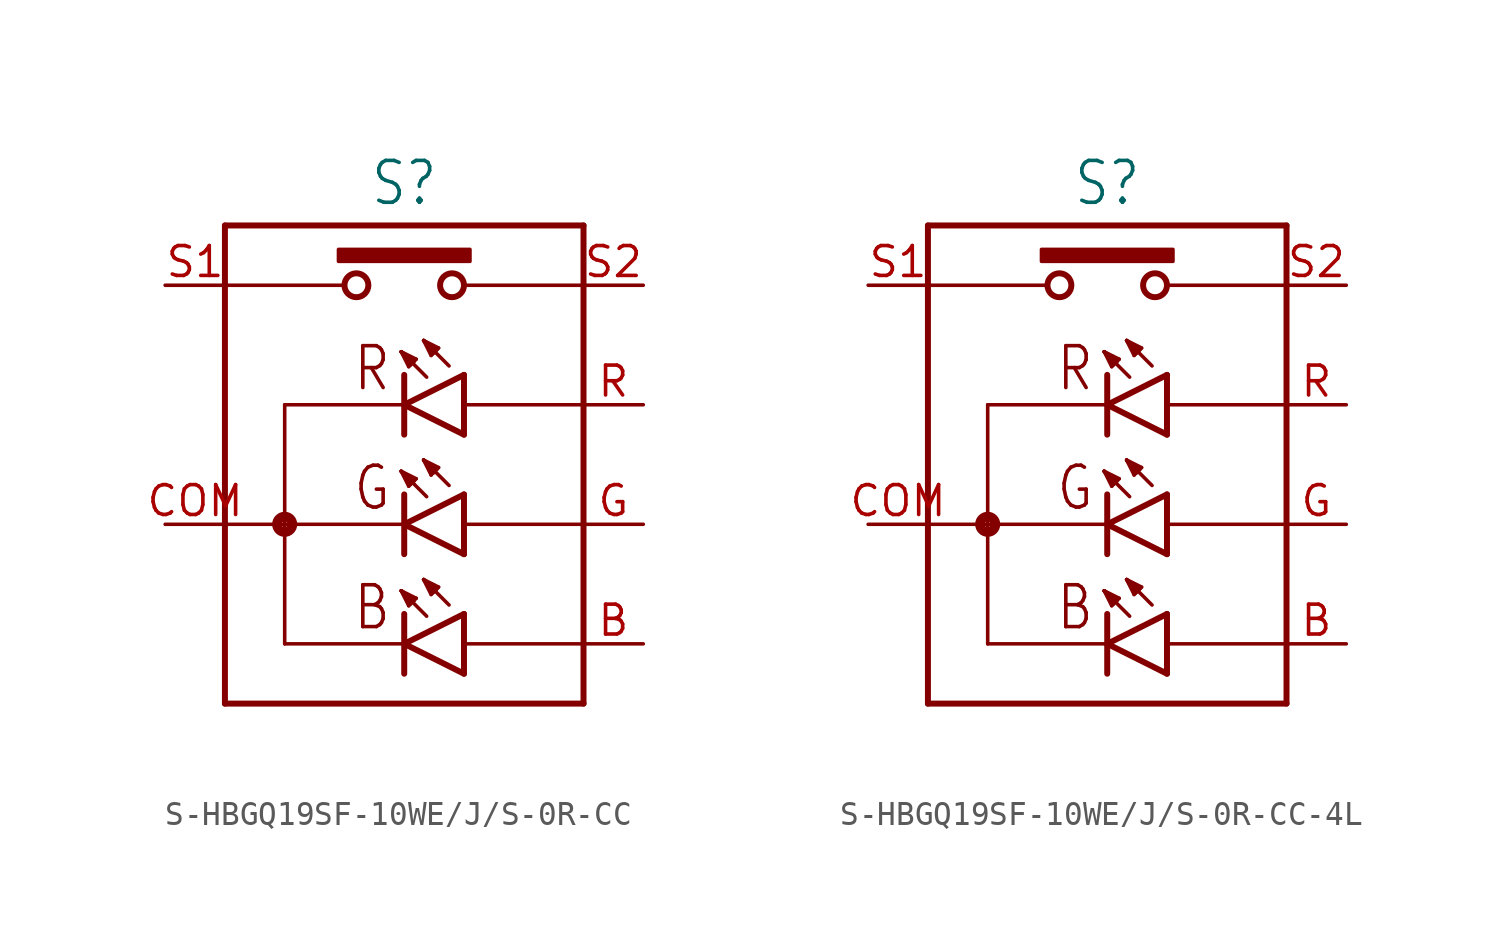
<source format=kicad_sym>
(kicad_symbol_lib
  (version 20231120)
  (generator "kicad_symbol_editor")
  (generator_version "8.0")
  (symbol "S-HBGQ19SF-10WE/J/S-0R-CC"
    (property "Reference" "S"
      (at 0 10.922 0)
      (effects (font (size 1.778 1.511)) (justify bottom)))
    (property "Value" ""
      (at 0 -10.922 0)
      (effects (font (size 1.778 1.511)) (justify top)))
    (property "ki_locked" ""
      (at 0 0 0)
      (effects (font (size 1.27 1.27))))
    (symbol "S-HBGQ19SF-10WE/J/S-0R-CC_1_0"
      (circle (center -5.08 -2.54) (radius 0.127) (stroke (width 0.406) (type solid)) (fill (type none)))
      (rectangle (start -2.794 8.636) (end 2.794 9.144) (stroke (width 0) (type default)) (fill (type outline)))
      (circle (center -2.032 7.62) (radius 0.508) (stroke (width 0.254) (type solid)) (fill (type none)))
      (polyline (pts (xy -7.62 -10.16) (xy -7.62 7.62)) (stroke (width 0.254) (type solid)) (fill (type none)))
      (polyline (pts (xy -7.62 -2.54) (xy -5.08 -2.54)) (stroke (width 0.152) (type solid)) (fill (type none)))
      (polyline (pts (xy -7.62 7.62) (xy -7.62 10.16)) (stroke (width 0.254) (type solid)) (fill (type none)))
      (polyline (pts (xy -7.62 7.62) (xy -2.54 7.62)) (stroke (width 0.152) (type solid)) (fill (type none)))
      (polyline (pts (xy -7.62 10.16) (xy 7.62 10.16)) (stroke (width 0.254) (type solid)) (fill (type none)))
      (polyline (pts (xy -5.08 -7.62) (xy 0 -7.62)) (stroke (width 0.152) (type solid)) (fill (type none)))
      (polyline (pts (xy -5.08 -2.54) (xy -5.08 -7.62)) (stroke (width 0.152) (type solid)) (fill (type none)))
      (polyline (pts (xy -5.08 -2.54) (xy 0 -2.54)) (stroke (width 0.152) (type solid)) (fill (type none)))
      (polyline (pts (xy -5.08 2.54) (xy -5.08 -2.54)) (stroke (width 0.152) (type solid)) (fill (type none)))
      (polyline (pts (xy -5.08 2.54) (xy 0 2.54)) (stroke (width 0.152) (type solid)) (fill (type none)))
      (polyline (pts (xy -0.127 -5.366) (xy 0.27 -5.921)) (stroke (width 0.152) (type solid)) (fill (type none)))
      (polyline (pts (xy -0.127 -5.366) (xy 0.429 -5.763)) (stroke (width 0.152) (type solid)) (fill (type none)))
      (polyline (pts (xy -0.127 -5.366) (xy 0.508 -5.683)) (stroke (width 0.152) (type solid)) (fill (type none)))
      (polyline (pts (xy -0.127 -0.286) (xy 0.27 -0.841)) (stroke (width 0.152) (type solid)) (fill (type none)))
      (polyline (pts (xy -0.127 -0.286) (xy 0.429 -0.683)) (stroke (width 0.152) (type solid)) (fill (type none)))
      (polyline (pts (xy -0.127 -0.286) (xy 0.508 -0.603)) (stroke (width 0.152) (type solid)) (fill (type none)))
      (polyline (pts (xy -0.127 4.794) (xy 0.27 4.239)) (stroke (width 0.152) (type solid)) (fill (type none)))
      (polyline (pts (xy -0.127 4.794) (xy 0.429 4.397)) (stroke (width 0.152) (type solid)) (fill (type none)))
      (polyline (pts (xy -0.127 4.794) (xy 0.508 4.477)) (stroke (width 0.152) (type solid)) (fill (type none)))
      (polyline (pts (xy 0 -7.62) (xy 0 -8.89)) (stroke (width 0.254) (type solid)) (fill (type none)))
      (polyline (pts (xy 0 -7.62) (xy 2.54 -6.35)) (stroke (width 0.254) (type solid)) (fill (type none)))
      (polyline (pts (xy 0 -6.35) (xy 0 -7.62)) (stroke (width 0.254) (type solid)) (fill (type none)))
      (polyline (pts (xy 0 -2.54) (xy 0 -3.81)) (stroke (width 0.254) (type solid)) (fill (type none)))
      (polyline (pts (xy 0 -2.54) (xy 2.54 -1.27)) (stroke (width 0.254) (type solid)) (fill (type none)))
      (polyline (pts (xy 0 -1.27) (xy 0 -2.54)) (stroke (width 0.254) (type solid)) (fill (type none)))
      (polyline (pts (xy 0 2.54) (xy 0 1.27)) (stroke (width 0.254) (type solid)) (fill (type none)))
      (polyline (pts (xy 0 2.54) (xy 2.54 3.81)) (stroke (width 0.254) (type solid)) (fill (type none)))
      (polyline (pts (xy 0 3.81) (xy 0 2.54)) (stroke (width 0.254) (type solid)) (fill (type none)))
      (polyline (pts (xy 0.191 -6.001) (xy -0.127 -5.366)) (stroke (width 0.152) (type solid)) (fill (type none)))
      (polyline (pts (xy 0.191 -0.921) (xy -0.127 -0.286)) (stroke (width 0.152) (type solid)) (fill (type none)))
      (polyline (pts (xy 0.191 4.159) (xy -0.127 4.794)) (stroke (width 0.152) (type solid)) (fill (type none)))
      (polyline (pts (xy 0.27 -5.921) (xy 0.191 -6.001)) (stroke (width 0.152) (type solid)) (fill (type none)))
      (polyline (pts (xy 0.27 -0.841) (xy 0.191 -0.921)) (stroke (width 0.152) (type solid)) (fill (type none)))
      (polyline (pts (xy 0.27 4.239) (xy 0.191 4.159)) (stroke (width 0.152) (type solid)) (fill (type none)))
      (polyline (pts (xy 0.429 -5.763) (xy 0.27 -5.921)) (stroke (width 0.152) (type solid)) (fill (type none)))
      (polyline (pts (xy 0.429 -0.683) (xy 0.27 -0.841)) (stroke (width 0.152) (type solid)) (fill (type none)))
      (polyline (pts (xy 0.429 4.397) (xy 0.27 4.239)) (stroke (width 0.152) (type solid)) (fill (type none)))
      (polyline (pts (xy 0.508 -5.683) (xy 0.429 -5.763)) (stroke (width 0.152) (type solid)) (fill (type none)))
      (polyline (pts (xy 0.508 -0.603) (xy 0.429 -0.683)) (stroke (width 0.152) (type solid)) (fill (type none)))
      (polyline (pts (xy 0.508 4.477) (xy 0.429 4.397)) (stroke (width 0.152) (type solid)) (fill (type none)))
      (polyline (pts (xy 0.826 -4.889) (xy 1.222 -5.445)) (stroke (width 0.152) (type solid)) (fill (type none)))
      (polyline (pts (xy 0.826 -4.889) (xy 1.381 -5.286)) (stroke (width 0.152) (type solid)) (fill (type none)))
      (polyline (pts (xy 0.826 -4.889) (xy 1.46 -5.207)) (stroke (width 0.152) (type solid)) (fill (type none)))
      (polyline (pts (xy 0.826 0.191) (xy 1.222 -0.365)) (stroke (width 0.152) (type solid)) (fill (type none)))
      (polyline (pts (xy 0.826 0.191) (xy 1.381 -0.206)) (stroke (width 0.152) (type solid)) (fill (type none)))
      (polyline (pts (xy 0.826 0.191) (xy 1.46 -0.127)) (stroke (width 0.152) (type solid)) (fill (type none)))
      (polyline (pts (xy 0.826 5.271) (xy 1.222 4.715)) (stroke (width 0.152) (type solid)) (fill (type none)))
      (polyline (pts (xy 0.826 5.271) (xy 1.381 4.874)) (stroke (width 0.152) (type solid)) (fill (type none)))
      (polyline (pts (xy 0.826 5.271) (xy 1.46 4.953)) (stroke (width 0.152) (type solid)) (fill (type none)))
      (polyline (pts (xy 0.953 -6.445) (xy -0.127 -5.366)) (stroke (width 0.152) (type solid)) (fill (type none)))
      (polyline (pts (xy 0.953 -1.365) (xy -0.127 -0.286)) (stroke (width 0.152) (type solid)) (fill (type none)))
      (polyline (pts (xy 0.953 3.715) (xy -0.127 4.794)) (stroke (width 0.152) (type solid)) (fill (type none)))
      (polyline (pts (xy 1.143 -5.524) (xy 0.826 -4.889)) (stroke (width 0.152) (type solid)) (fill (type none)))
      (polyline (pts (xy 1.143 -0.445) (xy 0.826 0.191)) (stroke (width 0.152) (type solid)) (fill (type none)))
      (polyline (pts (xy 1.143 4.636) (xy 0.826 5.271)) (stroke (width 0.152) (type solid)) (fill (type none)))
      (polyline (pts (xy 1.222 -5.445) (xy 1.143 -5.524)) (stroke (width 0.152) (type solid)) (fill (type none)))
      (polyline (pts (xy 1.222 -0.365) (xy 1.143 -0.445)) (stroke (width 0.152) (type solid)) (fill (type none)))
      (polyline (pts (xy 1.222 4.715) (xy 1.143 4.636)) (stroke (width 0.152) (type solid)) (fill (type none)))
      (polyline (pts (xy 1.381 -5.286) (xy 1.222 -5.445)) (stroke (width 0.152) (type solid)) (fill (type none)))
      (polyline (pts (xy 1.381 -0.206) (xy 1.222 -0.365)) (stroke (width 0.152) (type solid)) (fill (type none)))
      (polyline (pts (xy 1.381 4.874) (xy 1.222 4.715)) (stroke (width 0.152) (type solid)) (fill (type none)))
      (polyline (pts (xy 1.46 -5.207) (xy 1.381 -5.286)) (stroke (width 0.152) (type solid)) (fill (type none)))
      (polyline (pts (xy 1.46 -0.127) (xy 1.381 -0.206)) (stroke (width 0.152) (type solid)) (fill (type none)))
      (polyline (pts (xy 1.46 4.953) (xy 1.381 4.874)) (stroke (width 0.152) (type solid)) (fill (type none)))
      (polyline (pts (xy 1.905 -5.969) (xy 0.826 -4.889)) (stroke (width 0.152) (type solid)) (fill (type none)))
      (polyline (pts (xy 1.905 -0.889) (xy 0.826 0.191)) (stroke (width 0.152) (type solid)) (fill (type none)))
      (polyline (pts (xy 1.905 4.191) (xy 0.826 5.271)) (stroke (width 0.152) (type solid)) (fill (type none)))
      (polyline (pts (xy 2.54 -8.89) (xy 0 -7.62)) (stroke (width 0.254) (type solid)) (fill (type none)))
      (polyline (pts (xy 2.54 -7.62) (xy 2.54 -8.89)) (stroke (width 0.254) (type solid)) (fill (type none)))
      (polyline (pts (xy 2.54 -6.35) (xy 2.54 -7.62)) (stroke (width 0.254) (type solid)) (fill (type none)))
      (polyline (pts (xy 2.54 -3.81) (xy 0 -2.54)) (stroke (width 0.254) (type solid)) (fill (type none)))
      (polyline (pts (xy 2.54 -2.54) (xy 2.54 -3.81)) (stroke (width 0.254) (type solid)) (fill (type none)))
      (polyline (pts (xy 2.54 -1.27) (xy 2.54 -2.54)) (stroke (width 0.254) (type solid)) (fill (type none)))
      (polyline (pts (xy 2.54 1.27) (xy 0 2.54)) (stroke (width 0.254) (type solid)) (fill (type none)))
      (polyline (pts (xy 2.54 2.54) (xy 2.54 1.27)) (stroke (width 0.254) (type solid)) (fill (type none)))
      (polyline (pts (xy 2.54 3.81) (xy 2.54 2.54)) (stroke (width 0.254) (type solid)) (fill (type none)))
      (polyline (pts (xy 2.54 7.62) (xy 7.62 7.62)) (stroke (width 0.152) (type solid)) (fill (type none)))
      (polyline (pts (xy 7.62 -10.16) (xy -7.62 -10.16)) (stroke (width 0.254) (type solid)) (fill (type none)))
      (polyline (pts (xy 7.62 -7.62) (xy 2.54 -7.62)) (stroke (width 0.152) (type solid)) (fill (type none)))
      (polyline (pts (xy 7.62 -2.54) (xy 2.54 -2.54)) (stroke (width 0.152) (type solid)) (fill (type none)))
      (polyline (pts (xy 7.62 2.54) (xy 2.54 2.54)) (stroke (width 0.152) (type solid)) (fill (type none)))
      (polyline (pts (xy 7.62 2.54) (xy 7.62 -10.16)) (stroke (width 0.254) (type solid)) (fill (type none)))
      (polyline (pts (xy 7.62 10.16) (xy 7.62 2.54)) (stroke (width 0.254) (type solid)) (fill (type none)))
      (circle (center 2.032 7.62) (radius 0.508) (stroke (width 0.254) (type solid)) (fill (type none)))
      (text "B" (at -0.508 -7.112 0) (effects (font (size 1.778 1.511)) (justify right bottom)))
      (text "G" (at -0.508 -2.032 0) (effects (font (size 1.778 1.511)) (justify right bottom)))
      (text "R" (at -0.508 3.048 0) (effects (font (size 1.778 1.511)) (justify right bottom)))
      (pin passive line (at 10.16 -7.62 180) (length 2.54) (name "A-B" (effects (font (size 0 0)))) (number "B" (effects (font (size 1.27 1.27)))))
      (pin passive line (at -10.16 -2.54 0) (length 2.54) (name "C" (effects (font (size 0 0)))) (number "COM" (effects (font (size 1.27 1.27)))))
      (pin passive line (at 10.16 -2.54 180) (length 2.54) (name "A-G" (effects (font (size 0 0)))) (number "G" (effects (font (size 1.27 1.27)))))
      (pin passive line (at 10.16 2.54 180) (length 2.54) (name "A-R" (effects (font (size 0 0)))) (number "R" (effects (font (size 1.27 1.27)))))
      (pin passive line (at -10.16 7.62 0) (length 2.54) (name "S1" (effects (font (size 0 0)))) (number "S1" (effects (font (size 1.27 1.27)))))
      (pin passive line (at 10.16 7.62 180) (length 2.54) (name "S2" (effects (font (size 0 0)))) (number "S2" (effects (font (size 1.27 1.27)))))))
  (symbol "S-HBGQ19SF-10WE/J/S-0R-CC-4L"
    (property "Reference" "S"
      (at 0 10.922 0)
      (effects (font (size 1.778 1.511)) (justify bottom)))
    (property "Value" ""
      (at 0 -10.922 0)
      (effects (font (size 1.778 1.511)) (justify top)))
    (property "ki_locked" ""
      (at 0 0 0)
      (effects (font (size 1.27 1.27))))
    (symbol "S-HBGQ19SF-10WE/J/S-0R-CC-4L_1_0"
      (circle (center -5.08 -2.54) (radius 0.127) (stroke (width 0.406) (type solid)) (fill (type none)))
      (rectangle (start -2.794 8.636) (end 2.794 9.144) (stroke (width 0) (type default)) (fill (type outline)))
      (circle (center -2.032 7.62) (radius 0.508) (stroke (width 0.254) (type solid)) (fill (type none)))
      (polyline (pts (xy -7.62 -10.16) (xy -7.62 7.62)) (stroke (width 0.254) (type solid)) (fill (type none)))
      (polyline (pts (xy -7.62 -2.54) (xy -5.08 -2.54)) (stroke (width 0.152) (type solid)) (fill (type none)))
      (polyline (pts (xy -7.62 7.62) (xy -7.62 10.16)) (stroke (width 0.254) (type solid)) (fill (type none)))
      (polyline (pts (xy -7.62 7.62) (xy -2.54 7.62)) (stroke (width 0.152) (type solid)) (fill (type none)))
      (polyline (pts (xy -7.62 10.16) (xy 7.62 10.16)) (stroke (width 0.254) (type solid)) (fill (type none)))
      (polyline (pts (xy -5.08 -7.62) (xy 0 -7.62)) (stroke (width 0.152) (type solid)) (fill (type none)))
      (polyline (pts (xy -5.08 -2.54) (xy -5.08 -7.62)) (stroke (width 0.152) (type solid)) (fill (type none)))
      (polyline (pts (xy -5.08 -2.54) (xy 0 -2.54)) (stroke (width 0.152) (type solid)) (fill (type none)))
      (polyline (pts (xy -5.08 2.54) (xy -5.08 -2.54)) (stroke (width 0.152) (type solid)) (fill (type none)))
      (polyline (pts (xy -5.08 2.54) (xy 0 2.54)) (stroke (width 0.152) (type solid)) (fill (type none)))
      (polyline (pts (xy -0.127 -5.366) (xy 0.27 -5.921)) (stroke (width 0.152) (type solid)) (fill (type none)))
      (polyline (pts (xy -0.127 -5.366) (xy 0.429 -5.763)) (stroke (width 0.152) (type solid)) (fill (type none)))
      (polyline (pts (xy -0.127 -5.366) (xy 0.508 -5.683)) (stroke (width 0.152) (type solid)) (fill (type none)))
      (polyline (pts (xy -0.127 -0.286) (xy 0.27 -0.841)) (stroke (width 0.152) (type solid)) (fill (type none)))
      (polyline (pts (xy -0.127 -0.286) (xy 0.429 -0.683)) (stroke (width 0.152) (type solid)) (fill (type none)))
      (polyline (pts (xy -0.127 -0.286) (xy 0.508 -0.603)) (stroke (width 0.152) (type solid)) (fill (type none)))
      (polyline (pts (xy -0.127 4.794) (xy 0.27 4.239)) (stroke (width 0.152) (type solid)) (fill (type none)))
      (polyline (pts (xy -0.127 4.794) (xy 0.429 4.397)) (stroke (width 0.152) (type solid)) (fill (type none)))
      (polyline (pts (xy -0.127 4.794) (xy 0.508 4.477)) (stroke (width 0.152) (type solid)) (fill (type none)))
      (polyline (pts (xy 0 -7.62) (xy 0 -8.89)) (stroke (width 0.254) (type solid)) (fill (type none)))
      (polyline (pts (xy 0 -7.62) (xy 2.54 -6.35)) (stroke (width 0.254) (type solid)) (fill (type none)))
      (polyline (pts (xy 0 -6.35) (xy 0 -7.62)) (stroke (width 0.254) (type solid)) (fill (type none)))
      (polyline (pts (xy 0 -2.54) (xy 0 -3.81)) (stroke (width 0.254) (type solid)) (fill (type none)))
      (polyline (pts (xy 0 -2.54) (xy 2.54 -1.27)) (stroke (width 0.254) (type solid)) (fill (type none)))
      (polyline (pts (xy 0 -1.27) (xy 0 -2.54)) (stroke (width 0.254) (type solid)) (fill (type none)))
      (polyline (pts (xy 0 2.54) (xy 0 1.27)) (stroke (width 0.254) (type solid)) (fill (type none)))
      (polyline (pts (xy 0 2.54) (xy 2.54 3.81)) (stroke (width 0.254) (type solid)) (fill (type none)))
      (polyline (pts (xy 0 3.81) (xy 0 2.54)) (stroke (width 0.254) (type solid)) (fill (type none)))
      (polyline (pts (xy 0.191 -6.001) (xy -0.127 -5.366)) (stroke (width 0.152) (type solid)) (fill (type none)))
      (polyline (pts (xy 0.191 -0.921) (xy -0.127 -0.286)) (stroke (width 0.152) (type solid)) (fill (type none)))
      (polyline (pts (xy 0.191 4.159) (xy -0.127 4.794)) (stroke (width 0.152) (type solid)) (fill (type none)))
      (polyline (pts (xy 0.27 -5.921) (xy 0.191 -6.001)) (stroke (width 0.152) (type solid)) (fill (type none)))
      (polyline (pts (xy 0.27 -0.841) (xy 0.191 -0.921)) (stroke (width 0.152) (type solid)) (fill (type none)))
      (polyline (pts (xy 0.27 4.239) (xy 0.191 4.159)) (stroke (width 0.152) (type solid)) (fill (type none)))
      (polyline (pts (xy 0.429 -5.763) (xy 0.27 -5.921)) (stroke (width 0.152) (type solid)) (fill (type none)))
      (polyline (pts (xy 0.429 -0.683) (xy 0.27 -0.841)) (stroke (width 0.152) (type solid)) (fill (type none)))
      (polyline (pts (xy 0.429 4.397) (xy 0.27 4.239)) (stroke (width 0.152) (type solid)) (fill (type none)))
      (polyline (pts (xy 0.508 -5.683) (xy 0.429 -5.763)) (stroke (width 0.152) (type solid)) (fill (type none)))
      (polyline (pts (xy 0.508 -0.603) (xy 0.429 -0.683)) (stroke (width 0.152) (type solid)) (fill (type none)))
      (polyline (pts (xy 0.508 4.477) (xy 0.429 4.397)) (stroke (width 0.152) (type solid)) (fill (type none)))
      (polyline (pts (xy 0.826 -4.889) (xy 1.222 -5.445)) (stroke (width 0.152) (type solid)) (fill (type none)))
      (polyline (pts (xy 0.826 -4.889) (xy 1.381 -5.286)) (stroke (width 0.152) (type solid)) (fill (type none)))
      (polyline (pts (xy 0.826 -4.889) (xy 1.46 -5.207)) (stroke (width 0.152) (type solid)) (fill (type none)))
      (polyline (pts (xy 0.826 0.191) (xy 1.222 -0.365)) (stroke (width 0.152) (type solid)) (fill (type none)))
      (polyline (pts (xy 0.826 0.191) (xy 1.381 -0.206)) (stroke (width 0.152) (type solid)) (fill (type none)))
      (polyline (pts (xy 0.826 0.191) (xy 1.46 -0.127)) (stroke (width 0.152) (type solid)) (fill (type none)))
      (polyline (pts (xy 0.826 5.271) (xy 1.222 4.715)) (stroke (width 0.152) (type solid)) (fill (type none)))
      (polyline (pts (xy 0.826 5.271) (xy 1.381 4.874)) (stroke (width 0.152) (type solid)) (fill (type none)))
      (polyline (pts (xy 0.826 5.271) (xy 1.46 4.953)) (stroke (width 0.152) (type solid)) (fill (type none)))
      (polyline (pts (xy 0.953 -6.445) (xy -0.127 -5.366)) (stroke (width 0.152) (type solid)) (fill (type none)))
      (polyline (pts (xy 0.953 -1.365) (xy -0.127 -0.286)) (stroke (width 0.152) (type solid)) (fill (type none)))
      (polyline (pts (xy 0.953 3.715) (xy -0.127 4.794)) (stroke (width 0.152) (type solid)) (fill (type none)))
      (polyline (pts (xy 1.143 -5.524) (xy 0.826 -4.889)) (stroke (width 0.152) (type solid)) (fill (type none)))
      (polyline (pts (xy 1.143 -0.445) (xy 0.826 0.191)) (stroke (width 0.152) (type solid)) (fill (type none)))
      (polyline (pts (xy 1.143 4.636) (xy 0.826 5.271)) (stroke (width 0.152) (type solid)) (fill (type none)))
      (polyline (pts (xy 1.222 -5.445) (xy 1.143 -5.524)) (stroke (width 0.152) (type solid)) (fill (type none)))
      (polyline (pts (xy 1.222 -0.365) (xy 1.143 -0.445)) (stroke (width 0.152) (type solid)) (fill (type none)))
      (polyline (pts (xy 1.222 4.715) (xy 1.143 4.636)) (stroke (width 0.152) (type solid)) (fill (type none)))
      (polyline (pts (xy 1.381 -5.286) (xy 1.222 -5.445)) (stroke (width 0.152) (type solid)) (fill (type none)))
      (polyline (pts (xy 1.381 -0.206) (xy 1.222 -0.365)) (stroke (width 0.152) (type solid)) (fill (type none)))
      (polyline (pts (xy 1.381 4.874) (xy 1.222 4.715)) (stroke (width 0.152) (type solid)) (fill (type none)))
      (polyline (pts (xy 1.46 -5.207) (xy 1.381 -5.286)) (stroke (width 0.152) (type solid)) (fill (type none)))
      (polyline (pts (xy 1.46 -0.127) (xy 1.381 -0.206)) (stroke (width 0.152) (type solid)) (fill (type none)))
      (polyline (pts (xy 1.46 4.953) (xy 1.381 4.874)) (stroke (width 0.152) (type solid)) (fill (type none)))
      (polyline (pts (xy 1.905 -5.969) (xy 0.826 -4.889)) (stroke (width 0.152) (type solid)) (fill (type none)))
      (polyline (pts (xy 1.905 -0.889) (xy 0.826 0.191)) (stroke (width 0.152) (type solid)) (fill (type none)))
      (polyline (pts (xy 1.905 4.191) (xy 0.826 5.271)) (stroke (width 0.152) (type solid)) (fill (type none)))
      (polyline (pts (xy 2.54 -8.89) (xy 0 -7.62)) (stroke (width 0.254) (type solid)) (fill (type none)))
      (polyline (pts (xy 2.54 -7.62) (xy 2.54 -8.89)) (stroke (width 0.254) (type solid)) (fill (type none)))
      (polyline (pts (xy 2.54 -6.35) (xy 2.54 -7.62)) (stroke (width 0.254) (type solid)) (fill (type none)))
      (polyline (pts (xy 2.54 -3.81) (xy 0 -2.54)) (stroke (width 0.254) (type solid)) (fill (type none)))
      (polyline (pts (xy 2.54 -2.54) (xy 2.54 -3.81)) (stroke (width 0.254) (type solid)) (fill (type none)))
      (polyline (pts (xy 2.54 -1.27) (xy 2.54 -2.54)) (stroke (width 0.254) (type solid)) (fill (type none)))
      (polyline (pts (xy 2.54 1.27) (xy 0 2.54)) (stroke (width 0.254) (type solid)) (fill (type none)))
      (polyline (pts (xy 2.54 2.54) (xy 2.54 1.27)) (stroke (width 0.254) (type solid)) (fill (type none)))
      (polyline (pts (xy 2.54 3.81) (xy 2.54 2.54)) (stroke (width 0.254) (type solid)) (fill (type none)))
      (polyline (pts (xy 2.54 7.62) (xy 7.62 7.62)) (stroke (width 0.152) (type solid)) (fill (type none)))
      (polyline (pts (xy 7.62 -10.16) (xy -7.62 -10.16)) (stroke (width 0.254) (type solid)) (fill (type none)))
      (polyline (pts (xy 7.62 -7.62) (xy 2.54 -7.62)) (stroke (width 0.152) (type solid)) (fill (type none)))
      (polyline (pts (xy 7.62 -2.54) (xy 2.54 -2.54)) (stroke (width 0.152) (type solid)) (fill (type none)))
      (polyline (pts (xy 7.62 2.54) (xy 2.54 2.54)) (stroke (width 0.152) (type solid)) (fill (type none)))
      (polyline (pts (xy 7.62 2.54) (xy 7.62 -10.16)) (stroke (width 0.254) (type solid)) (fill (type none)))
      (polyline (pts (xy 7.62 10.16) (xy 7.62 2.54)) (stroke (width 0.254) (type solid)) (fill (type none)))
      (circle (center 2.032 7.62) (radius 0.508) (stroke (width 0.254) (type solid)) (fill (type none)))
      (text "B" (at -0.508 -7.112 0) (effects (font (size 1.778 1.511)) (justify right bottom)))
      (text "G" (at -0.508 -2.032 0) (effects (font (size 1.778 1.511)) (justify right bottom)))
      (text "R" (at -0.508 3.048 0) (effects (font (size 1.778 1.511)) (justify right bottom)))
      (pin passive line (at 10.16 -7.62 180) (length 2.54) (name "A-B" (effects (font (size 0 0)))) (number "B" (effects (font (size 1.27 1.27)))))
      (pin passive line (at -10.16 -2.54 0) (length 2.54) (name "C" (effects (font (size 0 0)))) (number "COM" (effects (font (size 1.27 1.27)))))
      (pin passive line (at 10.16 -2.54 180) (length 2.54) (name "A-G" (effects (font (size 0 0)))) (number "G" (effects (font (size 1.27 1.27)))))
      (pin passive line (at 10.16 2.54 180) (length 2.54) (name "A-R" (effects (font (size 0 0)))) (number "R" (effects (font (size 1.27 1.27)))))
      (pin passive line (at -10.16 7.62 0) (length 2.54) (name "S1" (effects (font (size 0 0)))) (number "S1" (effects (font (size 1.27 1.27)))))
      (pin passive line (at 10.16 7.62 180) (length 2.54) (name "S2" (effects (font (size 0 0)))) (number "S2" (effects (font (size 1.27 1.27))))))))
</source>
